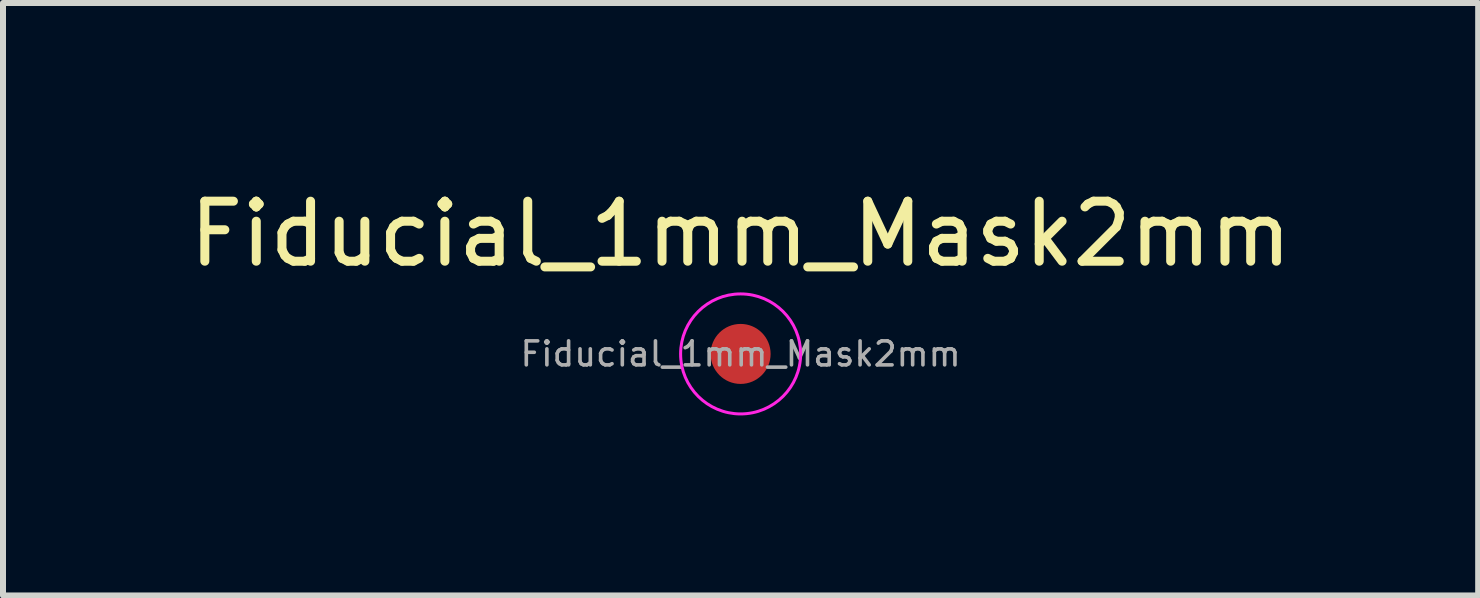
<source format=kicad_pcb>
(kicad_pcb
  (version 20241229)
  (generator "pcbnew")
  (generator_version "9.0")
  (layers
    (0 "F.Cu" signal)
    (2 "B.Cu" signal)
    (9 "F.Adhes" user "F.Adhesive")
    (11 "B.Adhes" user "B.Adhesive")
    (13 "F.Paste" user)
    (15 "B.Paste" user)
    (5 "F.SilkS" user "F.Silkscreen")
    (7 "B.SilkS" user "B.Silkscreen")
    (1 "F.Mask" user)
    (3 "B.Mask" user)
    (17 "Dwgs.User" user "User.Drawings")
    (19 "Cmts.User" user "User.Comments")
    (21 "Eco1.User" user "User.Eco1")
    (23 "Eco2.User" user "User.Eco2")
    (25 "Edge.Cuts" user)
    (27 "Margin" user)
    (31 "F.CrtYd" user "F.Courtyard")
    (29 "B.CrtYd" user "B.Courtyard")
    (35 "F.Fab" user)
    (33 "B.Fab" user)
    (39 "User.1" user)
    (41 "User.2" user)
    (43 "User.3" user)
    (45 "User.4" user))
  (footprint "Fiducial_1mm_Mask2mm"
    (layer "F.Cu")
    (at 9.292 2.848)
    (property "Reference" "Fiducial_1mm_Mask2mm" (at 0 -2 0) (layer "F.SilkS") (effects (font (size 1 1) (thickness 0.15))))
    (attr smd)
    (fp_circle (center 0 0) (end 1 0) (stroke (width 0.05) (type solid)) (fill no) (layer "F.CrtYd"))
    (fp_text user "${REFERENCE}" (at 0 0 0) (layer "F.Fab") (effects (font (size 0.4 0.4) (thickness 0.06))))
    (pad "" smd circle (at 0 0) (size 1 1) (layers "F.Cu" "F.Mask")))
  (gr_rect
    (start -3 -3)
    (end 21.583 6.873)
    (stroke (width 0.1) (type default))
    (fill no)
    (layer "Edge.Cuts")))
</source>
